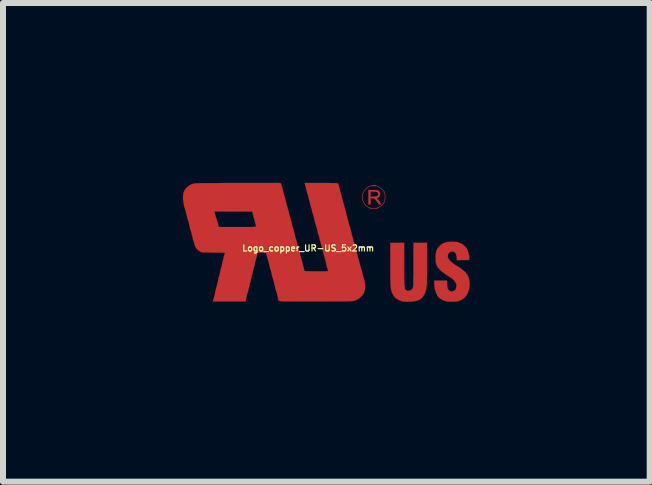
<source format=kicad_pcb>
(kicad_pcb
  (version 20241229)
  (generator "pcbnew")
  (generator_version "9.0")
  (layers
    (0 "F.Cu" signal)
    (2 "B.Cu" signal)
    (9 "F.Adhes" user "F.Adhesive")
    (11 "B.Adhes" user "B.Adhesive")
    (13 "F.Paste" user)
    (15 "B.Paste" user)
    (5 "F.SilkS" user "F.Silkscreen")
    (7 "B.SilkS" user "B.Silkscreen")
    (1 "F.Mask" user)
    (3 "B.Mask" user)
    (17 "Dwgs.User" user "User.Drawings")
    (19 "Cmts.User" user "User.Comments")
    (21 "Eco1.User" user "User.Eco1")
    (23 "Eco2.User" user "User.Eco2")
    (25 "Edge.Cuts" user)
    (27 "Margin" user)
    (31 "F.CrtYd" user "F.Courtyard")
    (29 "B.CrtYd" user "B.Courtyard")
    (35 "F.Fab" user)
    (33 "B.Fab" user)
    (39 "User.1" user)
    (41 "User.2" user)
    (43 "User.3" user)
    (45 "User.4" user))
  (footprint "Logo_copper_UR-US_5x2mm"
    (layer "F.Cu")
    (at 2.389 0.989)
    (property "Reference" "Logo_copper_UR-US_5x2mm" (at -0.3 0.1 0) (layer "F.SilkS") (effects (font (size 0.102 0.102) (thickness 0.02))))
    (attr exclude_from_pos_files exclude_from_bom)
    (fp_poly (pts (xy 0.917 -0.635) (xy 0.914 -0.63) (xy 0.902 -0.63) (xy 0.889 -0.63) (xy 0.876 -0.638) (xy 0.874 -0.64) (xy 0.864 -0.653) (xy 0.853 -0.665) (xy 0.846 -0.681) (xy 0.831 -0.699) (xy 0.823 -0.709) (xy 0.808 -0.721) (xy 0.795 -0.729) (xy 0.782 -0.732) (xy 0.77 -0.732) (xy 0.739 -0.732) (xy 0.739 -0.681) (xy 0.739 -0.63) (xy 0.721 -0.63) (xy 0.704 -0.63) (xy 0.704 -0.749) (xy 0.704 -0.871) (xy 0.775 -0.871) (xy 0.813 -0.871) (xy 0.841 -0.869) (xy 0.864 -0.864) (xy 0.879 -0.853) (xy 0.889 -0.843) (xy 0.892 -0.838) (xy 0.899 -0.81) (xy 0.897 -0.785) (xy 0.884 -0.759) (xy 0.871 -0.747) (xy 0.871 -0.798) (xy 0.866 -0.815) (xy 0.859 -0.828) (xy 0.851 -0.836) (xy 0.841 -0.838) (xy 0.831 -0.841) (xy 0.813 -0.843) (xy 0.79 -0.843) (xy 0.739 -0.843) (xy 0.739 -0.8) (xy 0.739 -0.759) (xy 0.785 -0.759) (xy 0.808 -0.762) (xy 0.828 -0.765) (xy 0.843 -0.767) (xy 0.864 -0.782) (xy 0.871 -0.798) (xy 0.871 -0.747) (xy 0.869 -0.747) (xy 0.856 -0.737) (xy 0.851 -0.737) (xy 0.846 -0.734) (xy 0.843 -0.732) (xy 0.848 -0.724) (xy 0.861 -0.711) (xy 0.864 -0.709) (xy 0.879 -0.691) (xy 0.892 -0.671) (xy 0.897 -0.663) (xy 0.904 -0.648) (xy 0.912 -0.64) (xy 0.917 -0.635)) (stroke (width 0.003) (type solid)) (fill yes) (layer "F.Cu"))
    (fp_poly (pts (xy 1.681 0.366) (xy 1.681 0.447) (xy 1.681 0.518) (xy 1.679 0.579) (xy 1.679 0.627) (xy 1.679 0.665) (xy 1.679 0.696) (xy 1.676 0.714) (xy 1.674 0.724) (xy 1.671 0.732) (xy 1.669 0.747) (xy 1.669 0.752) (xy 1.669 0.77) (xy 1.669 0.782) (xy 1.669 0.785) (xy 1.664 0.795) (xy 1.659 0.813) (xy 1.654 0.831) (xy 1.638 0.871) (xy 1.61 0.909) (xy 1.59 0.932) (xy 1.577 0.942) (xy 1.57 0.947) (xy 1.562 0.95) (xy 1.557 0.955) (xy 1.549 0.963) (xy 1.532 0.968) (xy 1.511 0.975) (xy 1.506 0.975) (xy 1.478 0.983) (xy 1.44 0.988) (xy 1.4 0.991) (xy 1.356 0.991) (xy 1.316 0.991) (xy 1.283 0.988) (xy 1.28 0.988) (xy 1.247 0.978) (xy 1.214 0.965) (xy 1.181 0.947) (xy 1.158 0.93) (xy 1.135 0.907) (xy 1.115 0.874) (xy 1.097 0.841) (xy 1.087 0.815) (xy 1.085 0.798) (xy 1.079 0.777) (xy 1.077 0.752) (xy 1.074 0.724) (xy 1.072 0.688) (xy 1.072 0.648) (xy 1.069 0.602) (xy 1.069 0.546) (xy 1.069 0.48) (xy 1.069 0.406) (xy 1.069 0.333) (xy 1.069 0.01) (xy 1.184 0.01) (xy 1.3 0.01) (xy 1.3 0.351) (xy 1.3 0.432) (xy 1.3 0.503) (xy 1.3 0.564) (xy 1.3 0.615) (xy 1.303 0.658) (xy 1.303 0.693) (xy 1.306 0.721) (xy 1.308 0.744) (xy 1.311 0.762) (xy 1.313 0.772) (xy 1.316 0.782) (xy 1.318 0.782) (xy 1.333 0.8) (xy 1.356 0.808) (xy 1.379 0.808) (xy 1.405 0.803) (xy 1.425 0.787) (xy 1.427 0.787) (xy 1.438 0.775) (xy 1.443 0.762) (xy 1.448 0.742) (xy 1.45 0.729) (xy 1.45 0.716) (xy 1.453 0.693) (xy 1.453 0.66) (xy 1.453 0.62) (xy 1.453 0.572) (xy 1.455 0.518) (xy 1.455 0.46) (xy 1.455 0.399) (xy 1.455 0.351) (xy 1.455 0.01) (xy 1.567 0.01) (xy 1.681 0.01) (xy 1.681 0.366)) (stroke (width 0.003) (type solid)) (fill yes) (layer "F.Cu"))
    (fp_poly (pts (xy 0.983 -0.754) (xy 0.983 -0.716) (xy 0.978 -0.686) (xy 0.978 -0.749) (xy 0.978 -0.752) (xy 0.978 -0.782) (xy 0.978 -0.803) (xy 0.975 -0.815) (xy 0.97 -0.828) (xy 0.965 -0.841) (xy 0.963 -0.843) (xy 0.945 -0.866) (xy 0.922 -0.889) (xy 0.894 -0.912) (xy 0.869 -0.927) (xy 0.866 -0.93) (xy 0.843 -0.935) (xy 0.813 -0.937) (xy 0.78 -0.937) (xy 0.747 -0.935) (xy 0.719 -0.927) (xy 0.714 -0.925) (xy 0.676 -0.902) (xy 0.645 -0.871) (xy 0.622 -0.831) (xy 0.607 -0.787) (xy 0.602 -0.747) (xy 0.61 -0.706) (xy 0.625 -0.665) (xy 0.65 -0.63) (xy 0.66 -0.617) (xy 0.678 -0.602) (xy 0.701 -0.587) (xy 0.724 -0.577) (xy 0.742 -0.572) (xy 0.747 -0.572) (xy 0.759 -0.569) (xy 0.765 -0.564) (xy 0.772 -0.561) (xy 0.787 -0.559) (xy 0.792 -0.559) (xy 0.81 -0.561) (xy 0.82 -0.564) (xy 0.823 -0.564) (xy 0.831 -0.569) (xy 0.838 -0.572) (xy 0.859 -0.577) (xy 0.881 -0.587) (xy 0.907 -0.605) (xy 0.93 -0.625) (xy 0.95 -0.648) (xy 0.963 -0.663) (xy 0.97 -0.676) (xy 0.973 -0.688) (xy 0.975 -0.701) (xy 0.978 -0.721) (xy 0.978 -0.749) (xy 0.978 -0.686) (xy 0.968 -0.66) (xy 0.953 -0.638) (xy 0.93 -0.615) (xy 0.899 -0.592) (xy 0.892 -0.587) (xy 0.869 -0.574) (xy 0.853 -0.564) (xy 0.838 -0.559) (xy 0.82 -0.559) (xy 0.808 -0.556) (xy 0.785 -0.556) (xy 0.765 -0.556) (xy 0.752 -0.556) (xy 0.749 -0.556) (xy 0.732 -0.564) (xy 0.706 -0.577) (xy 0.681 -0.594) (xy 0.658 -0.612) (xy 0.65 -0.62) (xy 0.63 -0.648) (xy 0.612 -0.683) (xy 0.599 -0.721) (xy 0.597 -0.734) (xy 0.597 -0.77) (xy 0.607 -0.81) (xy 0.625 -0.848) (xy 0.648 -0.881) (xy 0.658 -0.894) (xy 0.681 -0.912) (xy 0.706 -0.927) (xy 0.729 -0.937) (xy 0.749 -0.94) (xy 0.759 -0.942) (xy 0.765 -0.947) (xy 0.772 -0.95) (xy 0.787 -0.953) (xy 0.805 -0.953) (xy 0.82 -0.95) (xy 0.823 -0.947) (xy 0.836 -0.942) (xy 0.853 -0.937) (xy 0.856 -0.935) (xy 0.876 -0.927) (xy 0.899 -0.912) (xy 0.925 -0.894) (xy 0.947 -0.871) (xy 0.965 -0.851) (xy 0.97 -0.841) (xy 0.978 -0.828) (xy 0.98 -0.813) (xy 0.983 -0.795) (xy 0.983 -0.77) (xy 0.983 -0.754)) (stroke (width 0.003) (type solid)) (fill yes) (layer "F.Cu"))
    (fp_poly (pts (xy 2.393 0.709) (xy 2.39 0.729) (xy 2.39 0.744) (xy 2.388 0.752) (xy 2.385 0.759) (xy 2.385 0.77) (xy 2.385 0.782) (xy 2.38 0.787) (xy 2.375 0.795) (xy 2.375 0.803) (xy 2.372 0.813) (xy 2.367 0.831) (xy 2.362 0.846) (xy 2.352 0.864) (xy 2.339 0.884) (xy 2.324 0.904) (xy 2.309 0.922) (xy 2.296 0.935) (xy 2.286 0.94) (xy 2.283 0.94) (xy 2.276 0.945) (xy 2.271 0.95) (xy 2.266 0.955) (xy 2.25 0.963) (xy 2.23 0.973) (xy 2.228 0.973) (xy 2.207 0.98) (xy 2.189 0.986) (xy 2.167 0.988) (xy 2.141 0.991) (xy 2.113 0.991) (xy 2.083 0.991) (xy 2.055 0.991) (xy 2.032 0.988) (xy 2.017 0.988) (xy 1.963 0.973) (xy 1.918 0.95) (xy 1.88 0.922) (xy 1.864 0.904) (xy 1.852 0.886) (xy 1.841 0.864) (xy 1.831 0.841) (xy 1.824 0.818) (xy 1.819 0.803) (xy 1.816 0.792) (xy 1.814 0.79) (xy 1.811 0.782) (xy 1.808 0.767) (xy 1.806 0.739) (xy 1.803 0.714) (xy 1.801 0.64) (xy 1.908 0.64) (xy 2.014 0.64) (xy 2.017 0.701) (xy 2.019 0.726) (xy 2.022 0.749) (xy 2.024 0.767) (xy 2.027 0.775) (xy 2.037 0.79) (xy 2.047 0.803) (xy 2.057 0.81) (xy 2.062 0.81) (xy 2.07 0.813) (xy 2.078 0.818) (xy 2.09 0.82) (xy 2.106 0.818) (xy 2.116 0.818) (xy 2.121 0.813) (xy 2.126 0.808) (xy 2.134 0.805) (xy 2.149 0.798) (xy 2.159 0.787) (xy 2.164 0.767) (xy 2.169 0.744) (xy 2.172 0.719) (xy 2.169 0.696) (xy 2.167 0.693) (xy 2.162 0.681) (xy 2.151 0.663) (xy 2.139 0.645) (xy 2.126 0.63) (xy 2.113 0.617) (xy 2.108 0.612) (xy 2.101 0.61) (xy 2.088 0.599) (xy 2.07 0.587) (xy 2.057 0.579) (xy 2.037 0.564) (xy 2.014 0.551) (xy 1.999 0.541) (xy 1.994 0.538) (xy 1.979 0.528) (xy 1.971 0.518) (xy 1.968 0.518) (xy 1.961 0.511) (xy 1.956 0.508) (xy 1.948 0.503) (xy 1.933 0.493) (xy 1.915 0.478) (xy 1.897 0.46) (xy 1.877 0.437) (xy 1.862 0.419) (xy 1.852 0.406) (xy 1.844 0.389) (xy 1.836 0.371) (xy 1.831 0.351) (xy 1.826 0.33) (xy 1.824 0.307) (xy 1.824 0.279) (xy 1.824 0.262) (xy 1.824 0.216) (xy 1.829 0.18) (xy 1.834 0.15) (xy 1.847 0.119) (xy 1.849 0.114) (xy 1.859 0.099) (xy 1.877 0.079) (xy 1.895 0.058) (xy 1.918 0.041) (xy 1.935 0.025) (xy 1.951 0.018) (xy 1.966 0.013) (xy 1.979 0.008) (xy 1.991 0.003) (xy 1.996 0.003) (xy 2.007 0) (xy 2.014 -0.003) (xy 2.024 -0.005) (xy 2.045 -0.005) (xy 2.07 -0.008) (xy 2.098 -0.008) (xy 2.126 -0.008) (xy 2.151 -0.005) (xy 2.174 -0.005) (xy 2.184 -0.003) (xy 2.187 -0.003) (xy 2.197 0) (xy 2.202 0.003) (xy 2.212 0.005) (xy 2.23 0.013) (xy 2.248 0.02) (xy 2.261 0.025) (xy 2.276 0.036) (xy 2.296 0.053) (xy 2.319 0.074) (xy 2.337 0.094) (xy 2.349 0.114) (xy 2.352 0.117) (xy 2.36 0.132) (xy 2.365 0.155) (xy 2.37 0.173) (xy 2.375 0.193) (xy 2.377 0.206) (xy 2.383 0.213) (xy 2.385 0.221) (xy 2.385 0.236) (xy 2.385 0.257) (xy 2.383 0.297) (xy 2.281 0.297) (xy 2.177 0.3) (xy 2.177 0.269) (xy 2.174 0.244) (xy 2.169 0.218) (xy 2.167 0.208) (xy 2.159 0.188) (xy 2.151 0.175) (xy 2.139 0.165) (xy 2.108 0.155) (xy 2.083 0.157) (xy 2.06 0.168) (xy 2.042 0.185) (xy 2.029 0.211) (xy 2.027 0.234) (xy 2.029 0.254) (xy 2.04 0.277) (xy 2.055 0.297) (xy 2.078 0.323) (xy 2.111 0.348) (xy 2.149 0.376) (xy 2.169 0.389) (xy 2.184 0.399) (xy 2.192 0.404) (xy 2.195 0.404) (xy 2.202 0.406) (xy 2.217 0.417) (xy 2.235 0.429) (xy 2.258 0.447) (xy 2.278 0.465) (xy 2.299 0.48) (xy 2.316 0.495) (xy 2.319 0.498) (xy 2.337 0.521) (xy 2.352 0.541) (xy 2.365 0.561) (xy 2.37 0.577) (xy 2.37 0.579) (xy 2.372 0.587) (xy 2.377 0.602) (xy 2.383 0.617) (xy 2.385 0.63) (xy 2.385 0.64) (xy 2.388 0.643) (xy 2.39 0.65) (xy 2.39 0.665) (xy 2.393 0.686) (xy 2.393 0.709)) (stroke (width 0.003) (type solid)) (fill yes) (layer "F.Cu"))
    (fp_poly (pts (xy 0.65 0.732) (xy 0.645 0.782) (xy 0.635 0.831) (xy 0.622 0.856) (xy 0.594 0.897) (xy 0.556 0.932) (xy 0.516 0.958) (xy 0.47 0.975) (xy 0.447 0.98) (xy 0.434 0.983) (xy 0.411 0.983) (xy 0.378 0.983) (xy 0.338 0.986) (xy 0.284 0.986) (xy 0.224 0.986) (xy 0.155 0.986) (xy 0.079 0.986) (xy -0.003 0.988) (xy -0.094 0.988) (xy -0.183 0.988) (xy -0.279 0.988) (xy -0.366 0.988) (xy -0.442 0.988) (xy -0.511 0.988) (xy -0.566 0.988) (xy -0.617 0.986) (xy -0.658 0.986) (xy -0.693 0.986) (xy -0.721 0.986) (xy -0.744 0.983) (xy -0.762 0.983) (xy -0.775 0.98) (xy -0.785 0.978) (xy -0.79 0.978) (xy -0.795 0.975) (xy -0.795 0.973) (xy -0.798 0.968) (xy -0.798 0.965) (xy -0.798 0.955) (xy -0.803 0.935) (xy -0.808 0.912) (xy -0.815 0.884) (xy -0.82 0.856) (xy -0.828 0.831) (xy -0.836 0.808) (xy -0.838 0.795) (xy -0.841 0.792) (xy -0.846 0.78) (xy -0.848 0.77) (xy -0.848 0.767) (xy -0.851 0.759) (xy -0.853 0.742) (xy -0.859 0.716) (xy -0.866 0.691) (xy -0.871 0.668) (xy -0.876 0.645) (xy -0.881 0.63) (xy -0.884 0.625) (xy -0.886 0.615) (xy -0.894 0.592) (xy -0.902 0.564) (xy -0.909 0.528) (xy -0.917 0.49) (xy -0.919 0.488) (xy -0.922 0.47) (xy -0.927 0.46) (xy -0.93 0.455) (xy -0.935 0.45) (xy -0.935 0.445) (xy -0.935 0.432) (xy -0.937 0.427) (xy -0.94 0.417) (xy -0.945 0.401) (xy -0.95 0.376) (xy -0.955 0.351) (xy -0.963 0.325) (xy -0.968 0.302) (xy -0.973 0.284) (xy -0.978 0.277) (xy -0.98 0.269) (xy -0.978 0.267) (xy -0.978 0.259) (xy -0.98 0.259) (xy -0.983 0.251) (xy -0.988 0.236) (xy -0.993 0.218) (xy -0.993 0.216) (xy -1.003 0.175) (xy -1.072 0.173) (xy -1.102 0.173) (xy -1.123 0.173) (xy -1.135 0.175) (xy -1.143 0.18) (xy -1.148 0.191) (xy -1.153 0.208) (xy -1.156 0.226) (xy -1.161 0.246) (xy -1.163 0.259) (xy -1.166 0.262) (xy -1.166 -0.257) (xy -1.171 -0.264) (xy -1.173 -0.269) (xy -1.173 -0.279) (xy -1.179 -0.297) (xy -1.184 -0.32) (xy -1.189 -0.348) (xy -1.196 -0.373) (xy -1.204 -0.399) (xy -1.209 -0.417) (xy -1.212 -0.429) (xy -1.214 -0.429) (xy -1.217 -0.442) (xy -1.217 -0.447) (xy -1.217 -0.455) (xy -1.222 -0.46) (xy -1.224 -0.472) (xy -1.227 -0.483) (xy -1.232 -0.511) (xy -1.549 -0.511) (xy -1.864 -0.513) (xy -1.849 -0.457) (xy -1.844 -0.432) (xy -1.836 -0.414) (xy -1.834 -0.401) (xy -1.831 -0.399) (xy -1.829 -0.391) (xy -1.824 -0.376) (xy -1.821 -0.363) (xy -1.814 -0.338) (xy -1.806 -0.31) (xy -1.803 -0.3) (xy -1.798 -0.279) (xy -1.796 -0.267) (xy -1.793 -0.259) (xy -1.791 -0.259) (xy -1.783 -0.257) (xy -1.768 -0.257) (xy -1.75 -0.254) (xy -1.722 -0.254) (xy -1.687 -0.254) (xy -1.641 -0.254) (xy -1.587 -0.254) (xy -1.524 -0.254) (xy -1.473 -0.254) (xy -1.415 -0.254) (xy -1.361 -0.254) (xy -1.311 -0.254) (xy -1.265 -0.254) (xy -1.227 -0.254) (xy -1.199 -0.257) (xy -1.176 -0.257) (xy -1.166 -0.257) (xy -1.166 0.262) (xy -1.166 0.264) (xy -1.168 0.272) (xy -1.173 0.287) (xy -1.179 0.31) (xy -1.186 0.338) (xy -1.189 0.358) (xy -1.196 0.389) (xy -1.204 0.414) (xy -1.209 0.434) (xy -1.214 0.447) (xy -1.214 0.45) (xy -1.217 0.457) (xy -1.217 0.462) (xy -1.217 0.472) (xy -1.219 0.478) (xy -1.222 0.483) (xy -1.227 0.5) (xy -1.232 0.523) (xy -1.237 0.551) (xy -1.24 0.554) (xy -1.245 0.582) (xy -1.25 0.605) (xy -1.255 0.622) (xy -1.26 0.63) (xy -1.262 0.64) (xy -1.26 0.645) (xy -1.262 0.655) (xy -1.262 0.66) (xy -1.267 0.668) (xy -1.273 0.683) (xy -1.278 0.709) (xy -1.285 0.737) (xy -1.288 0.749) (xy -1.295 0.78) (xy -1.3 0.808) (xy -1.306 0.831) (xy -1.311 0.843) (xy -1.311 0.846) (xy -1.316 0.856) (xy -1.321 0.874) (xy -1.326 0.899) (xy -1.328 0.909) (xy -1.333 0.935) (xy -1.339 0.955) (xy -1.341 0.97) (xy -1.344 0.975) (xy -1.346 0.988) (xy -1.618 0.988) (xy -1.89 0.988) (xy -1.885 0.968) (xy -1.882 0.953) (xy -1.877 0.945) (xy -1.875 0.937) (xy -1.869 0.919) (xy -1.864 0.897) (xy -1.857 0.866) (xy -1.852 0.836) (xy -1.844 0.803) (xy -1.839 0.78) (xy -1.836 0.765) (xy -1.831 0.754) (xy -1.831 0.752) (xy -1.829 0.747) (xy -1.824 0.729) (xy -1.819 0.706) (xy -1.811 0.676) (xy -1.808 0.66) (xy -1.801 0.63) (xy -1.796 0.602) (xy -1.791 0.579) (xy -1.786 0.566) (xy -1.786 0.561) (xy -1.781 0.554) (xy -1.778 0.533) (xy -1.77 0.508) (xy -1.765 0.48) (xy -1.763 0.467) (xy -1.755 0.437) (xy -1.748 0.409) (xy -1.742 0.386) (xy -1.737 0.373) (xy -1.737 0.371) (xy -1.735 0.358) (xy -1.735 0.353) (xy -1.735 0.345) (xy -1.732 0.343) (xy -1.73 0.335) (xy -1.725 0.318) (xy -1.72 0.295) (xy -1.714 0.267) (xy -1.712 0.264) (xy -1.707 0.236) (xy -1.699 0.213) (xy -1.694 0.196) (xy -1.692 0.185) (xy -1.689 0.178) (xy -1.692 0.175) (xy -1.697 0.175) (xy -1.714 0.175) (xy -1.74 0.173) (xy -1.77 0.173) (xy -1.811 0.173) (xy -1.852 0.173) (xy -1.869 0.173) (xy -1.915 0.173) (xy -1.958 0.17) (xy -1.996 0.17) (xy -2.029 0.17) (xy -2.055 0.168) (xy -2.07 0.168) (xy -2.073 0.168) (xy -2.106 0.155) (xy -2.134 0.135) (xy -2.162 0.107) (xy -2.182 0.076) (xy -2.195 0.041) (xy -2.197 0.028) (xy -2.202 0.013) (xy -2.205 0.003) (xy -2.207 0.003) (xy -2.21 -0.003) (xy -2.207 -0.01) (xy -2.207 -0.02) (xy -2.212 -0.023) (xy -2.215 -0.028) (xy -2.22 -0.038) (xy -2.22 -0.041) (xy -2.225 -0.064) (xy -2.23 -0.091) (xy -2.238 -0.119) (xy -2.245 -0.145) (xy -2.25 -0.168) (xy -2.256 -0.183) (xy -2.258 -0.191) (xy -2.263 -0.201) (xy -2.268 -0.216) (xy -2.268 -0.218) (xy -2.273 -0.246) (xy -2.281 -0.274) (xy -2.286 -0.305) (xy -2.294 -0.333) (xy -2.299 -0.353) (xy -2.304 -0.368) (xy -2.306 -0.371) (xy -2.309 -0.381) (xy -2.314 -0.399) (xy -2.319 -0.424) (xy -2.327 -0.455) (xy -2.329 -0.462) (xy -2.337 -0.49) (xy -2.342 -0.518) (xy -2.349 -0.541) (xy -2.355 -0.554) (xy -2.355 -0.556) (xy -2.362 -0.582) (xy -2.372 -0.615) (xy -2.377 -0.653) (xy -2.385 -0.693) (xy -2.388 -0.729) (xy -2.388 -0.749) (xy -2.385 -0.798) (xy -2.375 -0.838) (xy -2.357 -0.874) (xy -2.329 -0.909) (xy -2.324 -0.914) (xy -2.286 -0.945) (xy -2.243 -0.968) (xy -2.195 -0.98) (xy -2.192 -0.98) (xy -2.182 -0.983) (xy -2.159 -0.983) (xy -2.126 -0.983) (xy -2.083 -0.986) (xy -2.027 -0.986) (xy -1.963 -0.986) (xy -1.89 -0.986) (xy -1.808 -0.986) (xy -1.72 -0.988) (xy -1.621 -0.988) (xy -1.514 -0.988) (xy -1.458 -0.988) (xy -0.757 -0.988) (xy -0.752 -0.97) (xy -0.749 -0.958) (xy -0.744 -0.95) (xy -0.742 -0.94) (xy -0.742 -0.937) (xy -0.739 -0.927) (xy -0.737 -0.925) (xy -0.734 -0.914) (xy -0.729 -0.897) (xy -0.724 -0.874) (xy -0.716 -0.846) (xy -0.716 -0.841) (xy -0.709 -0.81) (xy -0.701 -0.785) (xy -0.696 -0.765) (xy -0.693 -0.754) (xy -0.693 -0.752) (xy -0.688 -0.744) (xy -0.683 -0.724) (xy -0.678 -0.701) (xy -0.671 -0.671) (xy -0.668 -0.665) (xy -0.663 -0.638) (xy -0.655 -0.612) (xy -0.65 -0.592) (xy -0.645 -0.582) (xy -0.645 -0.579) (xy -0.643 -0.569) (xy -0.638 -0.551) (xy -0.63 -0.526) (xy -0.625 -0.498) (xy -0.622 -0.495) (xy -0.617 -0.467) (xy -0.61 -0.442) (xy -0.605 -0.424) (xy -0.599 -0.411) (xy -0.597 -0.401) (xy -0.592 -0.384) (xy -0.587 -0.361) (xy -0.579 -0.335) (xy -0.574 -0.31) (xy -0.569 -0.29) (xy -0.566 -0.274) (xy -0.566 -0.269) (xy -0.564 -0.262) (xy -0.556 -0.246) (xy -0.551 -0.234) (xy -0.546 -0.211) (xy -0.538 -0.185) (xy -0.531 -0.155) (xy -0.531 -0.152) (xy -0.523 -0.124) (xy -0.518 -0.099) (xy -0.513 -0.079) (xy -0.511 -0.069) (xy -0.508 -0.069) (xy -0.505 -0.056) (xy -0.505 -0.053) (xy -0.5 -0.043) (xy -0.5 -0.038) (xy -0.498 -0.03) (xy -0.493 -0.013) (xy -0.488 0.008) (xy -0.483 0.03) (xy -0.475 0.056) (xy -0.47 0.079) (xy -0.465 0.097) (xy -0.462 0.102) (xy -0.46 0.114) (xy -0.46 0.119) (xy -0.457 0.124) (xy -0.455 0.127) (xy -0.45 0.13) (xy -0.45 0.135) (xy -0.447 0.145) (xy -0.445 0.163) (xy -0.439 0.185) (xy -0.434 0.213) (xy -0.427 0.239) (xy -0.419 0.264) (xy -0.414 0.282) (xy -0.411 0.295) (xy -0.409 0.297) (xy -0.406 0.305) (xy -0.401 0.32) (xy -0.396 0.343) (xy -0.389 0.373) (xy -0.386 0.386) (xy -0.378 0.417) (xy -0.373 0.442) (xy -0.366 0.462) (xy -0.363 0.475) (xy -0.361 0.478) (xy -0.358 0.48) (xy -0.348 0.48) (xy -0.33 0.483) (xy -0.305 0.483) (xy -0.272 0.483) (xy -0.231 0.485) (xy -0.178 0.485) (xy -0.16 0.485) (xy -0.107 0.485) (xy -0.064 0.485) (xy -0.03 0.485) (xy -0.008 0.483) (xy 0.008 0.483) (xy 0.02 0.483) (xy 0.028 0.48) (xy 0.03 0.478) (xy 0.03 0.475) (xy 0.028 0.462) (xy 0.025 0.447) (xy 0.02 0.432) (xy 0.015 0.424) (xy 0.013 0.417) (xy 0.008 0.399) (xy 0.003 0.376) (xy -0.003 0.348) (xy -0.005 0.34) (xy -0.01 0.31) (xy -0.018 0.284) (xy -0.023 0.267) (xy -0.025 0.254) (xy -0.03 0.241) (xy -0.03 0.239) (xy -0.033 0.229) (xy -0.038 0.216) (xy -0.043 0.203) (xy -0.046 0.196) (xy -0.046 0.185) (xy -0.051 0.168) (xy -0.056 0.145) (xy -0.061 0.119) (xy -0.069 0.094) (xy -0.074 0.074) (xy -0.079 0.058) (xy -0.079 0.053) (xy -0.084 0.043) (xy -0.089 0.025) (xy -0.094 0) (xy -0.102 -0.023) (xy -0.109 -0.051) (xy -0.114 -0.074) (xy -0.119 -0.094) (xy -0.119 -0.104) (xy -0.119 -0.107) (xy -0.122 -0.114) (xy -0.124 -0.114) (xy -0.127 -0.119) (xy -0.132 -0.132) (xy -0.137 -0.147) (xy -0.147 -0.196) (xy -0.157 -0.234) (xy -0.165 -0.262) (xy -0.17 -0.279) (xy -0.173 -0.284) (xy -0.175 -0.295) (xy -0.18 -0.312) (xy -0.188 -0.338) (xy -0.193 -0.366) (xy -0.196 -0.371) (xy -0.203 -0.401) (xy -0.208 -0.427) (xy -0.213 -0.447) (xy -0.218 -0.457) (xy -0.221 -0.467) (xy -0.226 -0.488) (xy -0.234 -0.511) (xy -0.241 -0.541) (xy -0.241 -0.544) (xy -0.249 -0.574) (xy -0.257 -0.597) (xy -0.262 -0.617) (xy -0.264 -0.627) (xy -0.267 -0.627) (xy -0.269 -0.638) (xy -0.269 -0.643) (xy -0.269 -0.653) (xy -0.269 -0.655) (xy -0.274 -0.663) (xy -0.279 -0.678) (xy -0.284 -0.701) (xy -0.29 -0.726) (xy -0.297 -0.754) (xy -0.302 -0.777) (xy -0.307 -0.792) (xy -0.31 -0.8) (xy -0.315 -0.81) (xy -0.318 -0.82) (xy -0.318 -0.826) (xy -0.32 -0.833) (xy -0.325 -0.851) (xy -0.33 -0.874) (xy -0.338 -0.902) (xy -0.343 -0.93) (xy -0.351 -0.955) (xy -0.356 -0.975) (xy -0.358 -0.988) (xy -0.081 -0.988) (xy -0.018 -0.988) (xy 0.033 -0.988) (xy 0.079 -0.986) (xy 0.114 -0.986) (xy 0.142 -0.986) (xy 0.163 -0.986) (xy 0.178 -0.983) (xy 0.188 -0.983) (xy 0.196 -0.98) (xy 0.198 -0.978) (xy 0.206 -0.968) (xy 0.206 -0.963) (xy 0.208 -0.95) (xy 0.208 -0.947) (xy 0.211 -0.937) (xy 0.216 -0.919) (xy 0.221 -0.897) (xy 0.229 -0.874) (xy 0.234 -0.848) (xy 0.239 -0.826) (xy 0.244 -0.81) (xy 0.246 -0.805) (xy 0.249 -0.795) (xy 0.249 -0.79) (xy 0.249 -0.78) (xy 0.251 -0.78) (xy 0.259 -0.775) (xy 0.259 -0.77) (xy 0.259 -0.759) (xy 0.264 -0.742) (xy 0.269 -0.719) (xy 0.277 -0.691) (xy 0.282 -0.665) (xy 0.29 -0.64) (xy 0.295 -0.62) (xy 0.3 -0.61) (xy 0.302 -0.599) (xy 0.307 -0.579) (xy 0.315 -0.556) (xy 0.32 -0.526) (xy 0.323 -0.521) (xy 0.33 -0.493) (xy 0.335 -0.467) (xy 0.34 -0.45) (xy 0.345 -0.439) (xy 0.345 -0.437) (xy 0.348 -0.429) (xy 0.353 -0.411) (xy 0.358 -0.386) (xy 0.366 -0.358) (xy 0.368 -0.348) (xy 0.376 -0.32) (xy 0.381 -0.295) (xy 0.386 -0.277) (xy 0.391 -0.267) (xy 0.391 -0.264) (xy 0.394 -0.259) (xy 0.399 -0.244) (xy 0.404 -0.224) (xy 0.411 -0.198) (xy 0.417 -0.175) (xy 0.422 -0.152) (xy 0.424 -0.135) (xy 0.427 -0.127) (xy 0.427 -0.124) (xy 0.429 -0.117) (xy 0.434 -0.102) (xy 0.439 -0.089) (xy 0.445 -0.069) (xy 0.452 -0.041) (xy 0.46 -0.01) (xy 0.465 0.003) (xy 0.472 0.033) (xy 0.478 0.061) (xy 0.485 0.081) (xy 0.488 0.097) (xy 0.49 0.099) (xy 0.493 0.109) (xy 0.498 0.127) (xy 0.505 0.152) (xy 0.513 0.18) (xy 0.513 0.188) (xy 0.521 0.216) (xy 0.526 0.241) (xy 0.533 0.262) (xy 0.536 0.272) (xy 0.536 0.274) (xy 0.541 0.282) (xy 0.546 0.302) (xy 0.551 0.328) (xy 0.559 0.356) (xy 0.559 0.358) (xy 0.566 0.386) (xy 0.574 0.411) (xy 0.579 0.429) (xy 0.582 0.439) (xy 0.582 0.442) (xy 0.584 0.45) (xy 0.592 0.47) (xy 0.597 0.495) (xy 0.605 0.523) (xy 0.607 0.531) (xy 0.612 0.559) (xy 0.62 0.584) (xy 0.625 0.602) (xy 0.63 0.615) (xy 0.632 0.622) (xy 0.638 0.64) (xy 0.64 0.663) (xy 0.643 0.676) (xy 0.65 0.732)) (stroke (width 0.003) (type solid)) (fill yes) (layer "F.Cu")))
  (gr_rect
    (start -3 -3)
    (end 7.783 4.981)
    (stroke (width 0.1) (type default))
    (fill no)
    (layer "Edge.Cuts")))
</source>
